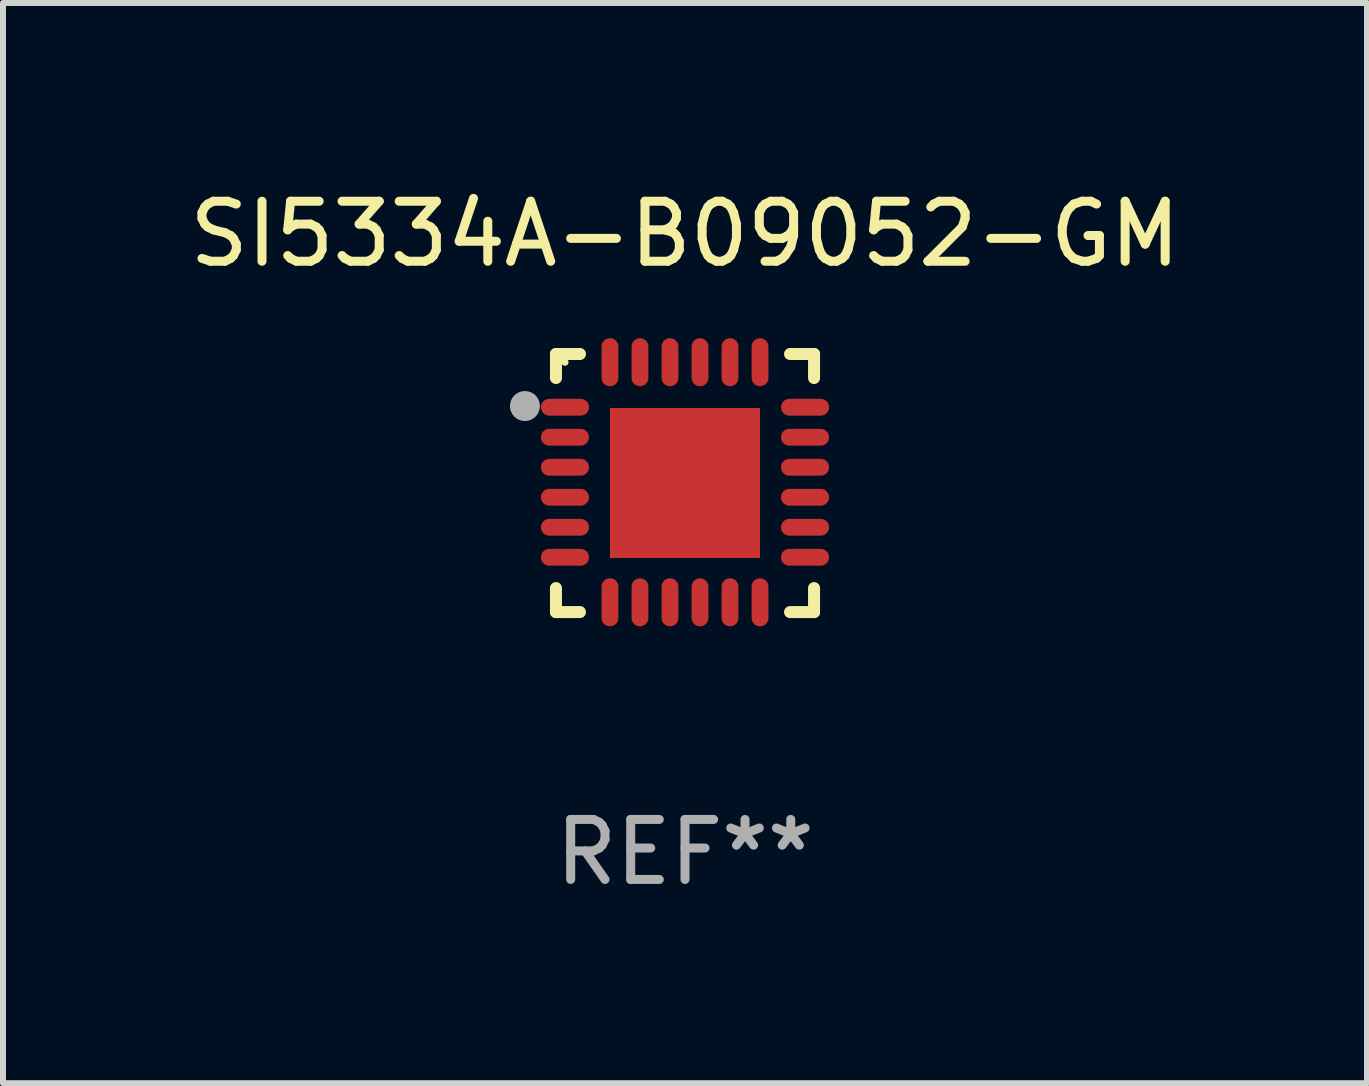
<source format=kicad_pcb>
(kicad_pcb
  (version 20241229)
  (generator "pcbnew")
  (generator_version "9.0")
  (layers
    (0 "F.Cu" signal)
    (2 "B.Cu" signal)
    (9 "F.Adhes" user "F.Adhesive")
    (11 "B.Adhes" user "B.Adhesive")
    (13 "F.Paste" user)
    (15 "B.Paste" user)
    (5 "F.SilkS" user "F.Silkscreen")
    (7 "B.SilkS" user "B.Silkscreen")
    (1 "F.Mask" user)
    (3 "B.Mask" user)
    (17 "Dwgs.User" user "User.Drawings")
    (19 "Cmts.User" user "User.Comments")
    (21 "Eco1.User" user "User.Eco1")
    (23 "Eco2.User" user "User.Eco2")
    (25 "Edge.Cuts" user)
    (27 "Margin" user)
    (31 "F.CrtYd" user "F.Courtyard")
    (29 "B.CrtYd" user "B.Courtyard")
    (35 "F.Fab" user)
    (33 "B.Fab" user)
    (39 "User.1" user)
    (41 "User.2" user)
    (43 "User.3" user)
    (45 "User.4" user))
  (footprint "SI5334A-B09052-GM"
    (layer "F.Cu")
    (at 8.363 4.998)
    (property "Reference" "SI5334A-B09052-GM" (at 0 -4.15 0) (layer "F.SilkS") (effects (font (size 1 1) (thickness 0.15))))
    (attr through_hole)
    (fp_line (start -2.15 -2.15) (end -1.75 -2.15) (stroke (width 0.2) (type solid)) (layer "F.SilkS"))
    (fp_line (start -2.15 -1.75) (end -2.15 -2.15) (stroke (width 0.2) (type solid)) (layer "F.SilkS"))
    (fp_line (start -2.15 2.15) (end -2.15 1.75) (stroke (width 0.2) (type solid)) (layer "F.SilkS"))
    (fp_line (start -1.75 2.15) (end -2.15 2.15) (stroke (width 0.2) (type solid)) (layer "F.SilkS"))
    (fp_line (start 1.75 -2.15) (end 2.15 -2.15) (stroke (width 0.2) (type solid)) (layer "F.SilkS"))
    (fp_line (start 1.75 2.15) (end 2.15 2.15) (stroke (width 0.2) (type solid)) (layer "F.SilkS"))
    (fp_line (start 2.15 -2.15) (end 2.15 -1.75) (stroke (width 0.2) (type solid)) (layer "F.SilkS"))
    (fp_line (start 2.15 2.15) (end 2.15 1.75) (stroke (width 0.2) (type solid)) (layer "F.SilkS"))
    (fp_circle (center -2 -2.013) (end -1.97 -2.013) (stroke (width 0.06) (type solid)) (fill no) (layer "F.SilkS"))
    (fp_circle (center -2.667 -1.283) (end -2.542 -1.283) (stroke (width 0.25) (type solid)) (fill no) (layer "F.Fab"))
    (fp_text user "REF**" (at 0 6.15 0) (layer "F.Fab") (effects (font (size 1 1) (thickness 0.15))))
    (pad "1" smd oval (at -2 -1.263) (size 0.8 0.28) (layers "F.Cu" "F.Mask" "F.Paste"))
    (pad "2" smd oval (at -2 -0.763) (size 0.8 0.28) (layers "F.Cu" "F.Mask" "F.Paste"))
    (pad "3" smd oval (at -2 -0.263) (size 0.8 0.28) (layers "F.Cu" "F.Mask" "F.Paste"))
    (pad "4" smd oval (at -2 0.237) (size 0.8 0.28) (layers "F.Cu" "F.Mask" "F.Paste"))
    (pad "5" smd oval (at -2 0.737) (size 0.8 0.28) (layers "F.Cu" "F.Mask" "F.Paste"))
    (pad "6" smd oval (at -2 1.237) (size 0.8 0.28) (layers "F.Cu" "F.Mask" "F.Paste"))
    (pad "7" smd oval (at -1.25 1.987) (size 0.28 0.8) (layers "F.Cu" "F.Mask" "F.Paste"))
    (pad "8" smd oval (at -0.75 1.987) (size 0.28 0.8) (layers "F.Cu" "F.Mask" "F.Paste"))
    (pad "9" smd oval (at -0.25 1.987) (size 0.28 0.8) (layers "F.Cu" "F.Mask" "F.Paste"))
    (pad "10" smd oval (at 0.25 1.987) (size 0.28 0.8) (layers "F.Cu" "F.Mask" "F.Paste"))
    (pad "11" smd oval (at 0.75 1.987) (size 0.28 0.8) (layers "F.Cu" "F.Mask" "F.Paste"))
    (pad "12" smd oval (at 1.25 1.987) (size 0.28 0.8) (layers "F.Cu" "F.Mask" "F.Paste"))
    (pad "13" smd oval (at 2 1.237) (size 0.8 0.28) (layers "F.Cu" "F.Mask" "F.Paste"))
    (pad "14" smd oval (at 2 0.737) (size 0.8 0.28) (layers "F.Cu" "F.Mask" "F.Paste"))
    (pad "15" smd oval (at 2 0.237) (size 0.8 0.28) (layers "F.Cu" "F.Mask" "F.Paste"))
    (pad "16" smd oval (at 2 -0.263) (size 0.8 0.28) (layers "F.Cu" "F.Mask" "F.Paste"))
    (pad "17" smd oval (at 2 -0.763) (size 0.8 0.28) (layers "F.Cu" "F.Mask" "F.Paste"))
    (pad "18" smd oval (at 2 -1.263) (size 0.8 0.28) (layers "F.Cu" "F.Mask" "F.Paste"))
    (pad "19" smd oval (at 1.25 -2.013) (size 0.28 0.8) (layers "F.Cu" "F.Mask" "F.Paste"))
    (pad "20" smd oval (at 0.75 -2.013) (size 0.28 0.8) (layers "F.Cu" "F.Mask" "F.Paste"))
    (pad "21" smd oval (at 0.25 -2.013) (size 0.28 0.8) (layers "F.Cu" "F.Mask" "F.Paste"))
    (pad "22" smd oval (at -0.25 -2.013) (size 0.28 0.8) (layers "F.Cu" "F.Mask" "F.Paste"))
    (pad "23" smd oval (at -0.75 -2.013) (size 0.28 0.8) (layers "F.Cu" "F.Mask" "F.Paste"))
    (pad "24" smd oval (at -1.25 -2.013) (size 0.28 0.8) (layers "F.Cu" "F.Mask" "F.Paste"))
    (pad "25" smd rect (at -0.000127 -0.00014) (size 2.5 2.5) (layers "F.Cu" "F.Mask" "F.Paste")))
  (gr_rect
    (start -3 -3)
    (end 19.726 14.997)
    (stroke (width 0.1) (type default))
    (fill no)
    (layer "Edge.Cuts")))
</source>
